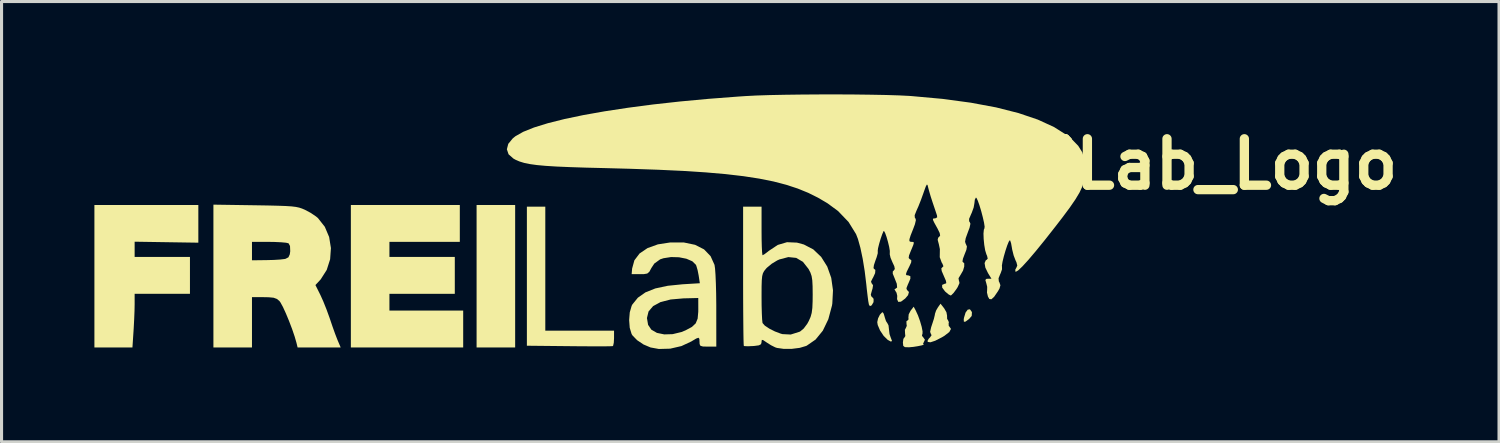
<source format=kicad_pcb>
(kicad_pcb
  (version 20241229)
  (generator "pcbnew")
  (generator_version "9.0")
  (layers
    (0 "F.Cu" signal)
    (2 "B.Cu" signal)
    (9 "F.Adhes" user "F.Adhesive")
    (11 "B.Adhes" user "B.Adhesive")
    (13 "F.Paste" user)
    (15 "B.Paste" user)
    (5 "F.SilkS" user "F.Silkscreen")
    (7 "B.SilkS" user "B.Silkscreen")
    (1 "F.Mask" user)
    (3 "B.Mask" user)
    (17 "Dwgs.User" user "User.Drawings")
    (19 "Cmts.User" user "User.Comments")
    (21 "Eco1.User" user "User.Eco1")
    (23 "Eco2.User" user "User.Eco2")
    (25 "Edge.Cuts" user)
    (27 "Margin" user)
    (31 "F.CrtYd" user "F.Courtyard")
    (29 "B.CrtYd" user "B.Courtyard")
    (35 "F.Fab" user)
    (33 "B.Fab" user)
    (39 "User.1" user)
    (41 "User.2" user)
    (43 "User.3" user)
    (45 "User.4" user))
  (footprint "FeiLab_Logo"
    (layer "F.Cu")
    (at 12.261 6.255)
    (property "Reference" "FeiLab_Logo" (at 23 -4 0) (layer "F.SilkS") (effects (font (size 1.5 1.5) (thickness 0.3))))
    (attr board_only exclude_from_pos_files exclude_from_bom)
    (fp_poly (pts (xy 1.333 -0.381) (xy 1.333 1.921) (xy 0.71 1.921) (xy 0.087 1.921) (xy 0.087 -0.381) (xy 0.087 -2.682) (xy 0.71 -2.682) (xy 1.333 -2.682)) (stroke (width 0) (type solid)) (fill yes) (layer "F.SilkS"))
    (fp_poly (pts (xy 16.085 0.769) (xy 16.091 0.785) (xy 16.084 0.902) (xy 16 1) (xy 15.884 1.086) (xy 15.831 1.091) (xy 15.826 1.012) (xy 15.835 0.96) (xy 15.885 0.794) (xy 15.954 0.7) (xy 16.026 0.688)) (stroke (width 0) (type solid)) (fill yes) (layer "F.SilkS"))
    (fp_poly (pts (xy 2.307 -0.624) (xy 2.307 1.379) (xy 3.418 1.379) (xy 4.528 1.379) (xy 4.528 1.62) (xy 4.52 1.769) (xy 4.499 1.863) (xy 4.487 1.877) (xy 4.424 1.881) (xy 4.268 1.884) (xy 4.033 1.885) (xy 3.735 1.884) (xy 3.389 1.882) (xy 3.079 1.879) (xy 1.712 1.865) (xy 1.712 -0.382) (xy 1.712 -2.628) (xy 2.01 -2.628) (xy 2.307 -2.628)) (stroke (width 0) (type solid)) (fill yes) (layer "F.SilkS"))
    (fp_poly (pts (xy 13.24 0.83) (xy 13.274 0.942) (xy 13.274 0.946) (xy 13.315 1.07) (xy 13.36 1.138) (xy 13.396 1.209) (xy 13.41 1.332) (xy 13.429 1.49) (xy 13.468 1.604) (xy 13.508 1.709) (xy 13.476 1.733) (xy 13.372 1.677) (xy 13.37 1.676) (xy 13.239 1.547) (xy 13.123 1.373) (xy 13.047 1.196) (xy 13.032 1.102) (xy 13.059 0.98) (xy 13.118 0.861) (xy 13.187 0.789) (xy 13.208 0.784)) (stroke (width 0) (type solid)) (fill yes) (layer "F.SilkS"))
    (fp_poly (pts (xy -8.903 -2.073) (xy -8.903 -1.464) (xy -9.932 -1.48) (xy -10.961 -1.496) (xy -10.961 -1.25) (xy -10.961 -1.004) (xy -10.068 -1.004) (xy -9.174 -1.004) (xy -9.174 -0.408) (xy -9.174 0.188) (xy -10.068 0.188) (xy -10.961 0.188) (xy -10.961 0.526) (xy -10.965 0.738) (xy -10.976 1.011) (xy -10.991 1.295) (xy -10.997 1.393) (xy -11.032 1.921) (xy -11.646 1.921) (xy -12.261 1.921) (xy -12.261 -0.381) (xy -12.261 -2.682) (xy -10.582 -2.682) (xy -8.903 -2.682)) (stroke (width 0) (type solid)) (fill yes) (layer "F.SilkS"))
    (fp_poly (pts (xy -0.455 -2.087) (xy -0.455 -1.491) (xy -1.592 -1.491) (xy -2.729 -1.491) (xy -2.729 -1.247) (xy -2.729 -1.004) (xy -1.673 -1.004) (xy -0.617 -1.004) (xy -0.617 -0.408) (xy -0.617 0.188) (xy -1.673 0.188) (xy -2.729 0.188) (xy -2.729 0.459) (xy -2.729 0.729) (xy -1.538 0.729) (xy -0.346 0.729) (xy -0.346 1.325) (xy -0.346 1.921) (xy -2.161 1.921) (xy -3.975 1.921) (xy -3.975 -0.381) (xy -3.975 -2.682) (xy -2.215 -2.682) (xy -0.455 -2.682)) (stroke (width 0) (type solid)) (fill yes) (layer "F.SilkS"))
    (fp_poly (pts (xy 15.194 0.657) (xy 15.267 0.784) (xy 15.288 0.895) (xy 15.287 0.903) (xy 15.29 1) (xy 15.314 1.033) (xy 15.346 1.104) (xy 15.338 1.139) (xy 15.342 1.224) (xy 15.362 1.245) (xy 15.414 1.322) (xy 15.36 1.422) (xy 15.203 1.544) (xy 15.123 1.592) (xy 14.906 1.703) (xy 14.751 1.754) (xy 14.667 1.743) (xy 14.655 1.711) (xy 14.693 1.641) (xy 14.739 1.594) (xy 14.788 1.522) (xy 14.767 1.49) (xy 14.74 1.416) (xy 14.773 1.268) (xy 14.822 1.12) (xy 14.858 1.008) (xy 14.861 1) (xy 14.892 0.87) (xy 14.897 0.834) (xy 14.934 0.726) (xy 14.991 0.628) (xy 15.076 0.507)) (stroke (width 0) (type solid)) (fill yes) (layer "F.SilkS"))
    (fp_poly (pts (xy 14.274 0.725) (xy 14.349 0.888) (xy 14.416 1.075) (xy 14.468 1.256) (xy 14.496 1.402) (xy 14.493 1.485) (xy 14.487 1.491) (xy 14.477 1.546) (xy 14.518 1.594) (xy 14.572 1.671) (xy 14.541 1.739) (xy 14.511 1.803) (xy 14.527 1.819) (xy 14.533 1.833) (xy 14.462 1.855) (xy 14.341 1.88) (xy 14.201 1.902) (xy 14.071 1.914) (xy 14.055 1.915) (xy 13.926 1.911) (xy 13.872 1.87) (xy 13.861 1.767) (xy 13.861 1.758) (xy 13.876 1.644) (xy 13.912 1.596) (xy 13.912 1.596) (xy 13.939 1.552) (xy 13.93 1.464) (xy 13.925 1.351) (xy 13.953 1.297) (xy 13.986 1.224) (xy 13.977 1.158) (xy 13.975 1.073) (xy 14.006 1.054) (xy 14.044 1.013) (xy 14.038 0.96) (xy 14.048 0.851) (xy 14.109 0.734) (xy 14.209 0.604)) (stroke (width 0) (type solid)) (fill yes) (layer "F.SilkS"))
    (fp_poly (pts (xy -7.075 -2.673) (xy -6.656 -2.666) (xy -6.329 -2.658) (xy -6.08 -2.649) (xy -5.893 -2.637) (xy -5.753 -2.62) (xy -5.645 -2.597) (xy -5.554 -2.567) (xy -5.464 -2.529) (xy -5.276 -2.429) (xy -5.103 -2.313) (xy -5.039 -2.26) (xy -4.817 -1.978) (xy -4.677 -1.648) (xy -4.619 -1.29) (xy -4.645 -0.928) (xy -4.755 -0.584) (xy -4.949 -0.28) (xy -4.987 -0.238) (xy -5.12 -0.096) (xy -4.961 0.222) (xy -4.867 0.43) (xy -4.762 0.692) (xy -4.666 0.956) (xy -4.651 1) (xy -4.569 1.242) (xy -4.486 1.474) (xy -4.416 1.656) (xy -4.402 1.691) (xy -4.304 1.921) (xy -5 1.921) (xy -5.696 1.921) (xy -5.732 1.772) (xy -5.791 1.568) (xy -5.874 1.324) (xy -5.972 1.067) (xy -6.074 0.821) (xy -6.17 0.612) (xy -6.25 0.466) (xy -6.285 0.418) (xy -6.368 0.352) (xy -6.472 0.314) (xy -6.629 0.299) (xy -6.789 0.296) (xy -7.17 0.296) (xy -7.17 1.109) (xy -7.17 1.921) (xy -7.793 1.921) (xy -8.416 1.921) (xy -8.416 -0.386) (xy -8.416 -1.193) (xy -7.17 -1.193) (xy -7.17 -0.895) (xy -6.696 -0.901) (xy -6.463 -0.907) (xy -6.258 -0.92) (xy -6.114 -0.937) (xy -6.087 -0.943) (xy -5.993 -0.991) (xy -5.948 -1.088) (xy -5.934 -1.19) (xy -5.941 -1.356) (xy -5.988 -1.444) (xy -6.07 -1.463) (xy -6.234 -1.478) (xy -6.452 -1.488) (xy -6.615 -1.49) (xy -7.17 -1.491) (xy -7.17 -1.193) (xy -8.416 -1.193) (xy -8.416 -2.693)) (stroke (width 0) (type solid)) (fill yes) (layer "F.SilkS"))
    (fp_poly (pts (xy 6.783 -1.471) (xy 7.147 -1.395) (xy 7.436 -1.248) (xy 7.647 -1.029) (xy 7.774 -0.748) (xy 7.791 -0.632) (xy 7.806 -0.426) (xy 7.818 -0.148) (xy 7.827 0.185) (xy 7.831 0.553) (xy 7.831 0.675) (xy 7.832 1.894) (xy 7.561 1.894) (xy 7.4 1.89) (xy 7.32 1.868) (xy 7.293 1.812) (xy 7.29 1.745) (xy 7.285 1.644) (xy 7.257 1.607) (xy 7.184 1.632) (xy 7.043 1.716) (xy 7.027 1.726) (xy 6.706 1.876) (xy 6.342 1.96) (xy 5.977 1.97) (xy 5.707 1.921) (xy 5.479 1.824) (xy 5.272 1.685) (xy 5.123 1.531) (xy 5.095 1.485) (xy 5.035 1.287) (xy 5.016 1.039) (xy 5.021 0.97) (xy 5.591 0.97) (xy 5.628 1.19) (xy 5.733 1.346) (xy 5.913 1.45) (xy 6.15 1.499) (xy 6.421 1.491) (xy 6.707 1.422) (xy 6.838 1.368) (xy 7.042 1.259) (xy 7.166 1.143) (xy 7.229 0.99) (xy 7.249 0.769) (xy 7.25 0.69) (xy 7.249 0.323) (xy 6.769 0.335) (xy 6.357 0.371) (xy 6.03 0.455) (xy 5.79 0.585) (xy 5.643 0.758) (xy 5.591 0.97) (xy 5.021 0.97) (xy 5.036 0.787) (xy 5.096 0.578) (xy 5.119 0.533) (xy 5.298 0.313) (xy 5.543 0.141) (xy 5.862 0.014) (xy 6.265 -0.072) (xy 6.74 -0.12) (xy 7.3 -0.154) (xy 7.262 -0.403) (xy 7.228 -0.576) (xy 7.187 -0.717) (xy 7.172 -0.751) (xy 7.056 -0.864) (xy 6.865 -0.946) (xy 6.626 -0.993) (xy 6.37 -1) (xy 6.126 -0.962) (xy 6.018 -0.926) (xy 5.829 -0.79) (xy 5.735 -0.647) (xy 5.67 -0.527) (xy 5.601 -0.467) (xy 5.489 -0.448) (xy 5.367 -0.447) (xy 5.097 -0.449) (xy 5.112 -0.628) (xy 5.185 -0.894) (xy 5.353 -1.116) (xy 5.609 -1.289) (xy 5.945 -1.41) (xy 6.347 -1.472)) (stroke (width 0) (type solid)) (fill yes) (layer "F.SilkS"))
    (fp_poly (pts (xy 9.294 -1.843) (xy 9.296 -1.565) (xy 9.302 -1.331) (xy 9.311 -1.158) (xy 9.322 -1.067) (xy 9.327 -1.058) (xy 9.385 -1.09) (xy 9.491 -1.169) (xy 9.53 -1.201) (xy 9.818 -1.392) (xy 10.116 -1.48) (xy 10.438 -1.466) (xy 10.66 -1.406) (xy 10.966 -1.247) (xy 11.22 -1.005) (xy 11.416 -0.693) (xy 11.545 -0.329) (xy 11.602 0.074) (xy 11.58 0.501) (xy 11.569 0.568) (xy 11.451 1.01) (xy 11.273 1.379) (xy 11.039 1.666) (xy 10.754 1.863) (xy 10.729 1.874) (xy 10.526 1.934) (xy 10.272 1.966) (xy 10.012 1.967) (xy 9.793 1.936) (xy 9.735 1.917) (xy 9.6 1.849) (xy 9.453 1.756) (xy 9.451 1.754) (xy 9.346 1.684) (xy 9.303 1.676) (xy 9.294 1.729) (xy 9.294 1.75) (xy 9.277 1.815) (xy 9.209 1.852) (xy 9.064 1.872) (xy 9.019 1.875) (xy 8.857 1.882) (xy 8.747 1.878) (xy 8.721 1.871) (xy 8.716 1.814) (xy 8.711 1.66) (xy 8.707 1.42) (xy 8.704 1.107) (xy 8.701 0.731) (xy 8.699 0.303) (xy 8.699 0.296) (xy 9.294 0.296) (xy 9.296 0.576) (xy 9.303 0.822) (xy 9.312 1.011) (xy 9.324 1.121) (xy 9.328 1.134) (xy 9.4 1.216) (xy 9.544 1.312) (xy 9.726 1.404) (xy 9.915 1.475) (xy 9.971 1.49) (xy 10.237 1.503) (xy 10.518 1.415) (xy 10.547 1.4) (xy 10.656 1.309) (xy 10.769 1.158) (xy 10.818 1.069) (xy 10.877 0.937) (xy 10.914 0.805) (xy 10.935 0.644) (xy 10.944 0.425) (xy 10.946 0.215) (xy 10.943 -0.057) (xy 10.933 -0.248) (xy 10.911 -0.386) (xy 10.872 -0.5) (xy 10.811 -0.616) (xy 10.811 -0.616) (xy 10.631 -0.845) (xy 10.413 -0.973) (xy 10.159 -0.999) (xy 9.871 -0.923) (xy 9.8 -0.891) (xy 9.623 -0.784) (xy 9.467 -0.655) (xy 9.431 -0.616) (xy 9.376 -0.546) (xy 9.338 -0.475) (xy 9.314 -0.382) (xy 9.301 -0.247) (xy 9.295 -0.048) (xy 9.294 0.235) (xy 9.294 0.296) (xy 8.699 0.296) (xy 8.698 -0.164) (xy 8.698 -0.39) (xy 8.698 -2.628) (xy 8.996 -2.628) (xy 9.294 -2.628)) (stroke (width 0) (type solid)) (fill yes) (layer "F.SilkS"))
    (fp_poly (pts (xy 12.286 -6.252) (xy 12.822 -6.245) (xy 13.311 -6.236) (xy 13.733 -6.223) (xy 14.071 -6.206) (xy 14.141 -6.201) (xy 15.144 -6.11) (xy 16.056 -5.987) (xy 16.873 -5.835) (xy 17.595 -5.652) (xy 18.219 -5.441) (xy 18.743 -5.201) (xy 19.165 -4.934) (xy 19.313 -4.812) (xy 19.526 -4.593) (xy 19.659 -4.379) (xy 19.727 -4.133) (xy 19.746 -3.822) (xy 19.739 -3.63) (xy 19.711 -3.452) (xy 19.656 -3.275) (xy 19.566 -3.082) (xy 19.433 -2.861) (xy 19.251 -2.596) (xy 19.011 -2.274) (xy 18.795 -1.994) (xy 18.453 -1.559) (xy 18.159 -1.197) (xy 17.914 -0.908) (xy 17.722 -0.698) (xy 17.586 -0.569) (xy 17.509 -0.524) (xy 17.497 -0.528) (xy 17.492 -0.596) (xy 17.522 -0.646) (xy 17.556 -0.726) (xy 17.528 -0.835) (xy 17.501 -0.89) (xy 17.439 -1.052) (xy 17.39 -1.249) (xy 17.382 -1.3) (xy 17.356 -1.446) (xy 17.327 -1.533) (xy 17.315 -1.544) (xy 17.28 -1.496) (xy 17.23 -1.372) (xy 17.174 -1.203) (xy 17.121 -1.019) (xy 17.08 -0.85) (xy 17.059 -0.727) (xy 17.062 -0.684) (xy 17.063 -0.603) (xy 17.018 -0.476) (xy 17.007 -0.453) (xy 16.951 -0.315) (xy 16.96 -0.216) (xy 16.98 -0.178) (xy 17.011 -0.089) (xy 16.982 0.016) (xy 16.932 0.104) (xy 16.81 0.282) (xy 16.721 0.364) (xy 16.654 0.356) (xy 16.608 0.276) (xy 16.577 0.146) (xy 16.582 0.062) (xy 16.584 -0.039) (xy 16.555 -0.155) (xy 16.525 -0.258) (xy 16.556 -0.295) (xy 16.611 -0.299) (xy 16.722 -0.299) (xy 16.61 -0.482) (xy 16.524 -0.66) (xy 16.5 -0.805) (xy 16.539 -0.896) (xy 16.564 -0.909) (xy 16.601 -0.947) (xy 16.581 -1.037) (xy 16.558 -1.089) (xy 16.519 -1.216) (xy 16.489 -1.393) (xy 16.47 -1.585) (xy 16.464 -1.76) (xy 16.476 -1.885) (xy 16.494 -1.924) (xy 16.501 -1.984) (xy 16.481 -2.115) (xy 16.441 -2.291) (xy 16.39 -2.486) (xy 16.334 -2.672) (xy 16.28 -2.822) (xy 16.238 -2.91) (xy 16.219 -2.922) (xy 16.184 -2.852) (xy 16.172 -2.745) (xy 16.147 -2.602) (xy 16.085 -2.43) (xy 16.064 -2.385) (xy 16 -2.235) (xy 16.001 -2.152) (xy 16.018 -2.135) (xy 16.042 -2.076) (xy 16.015 -1.95) (xy 15.957 -1.794) (xy 15.89 -1.61) (xy 15.869 -1.495) (xy 15.892 -1.422) (xy 15.899 -1.413) (xy 15.929 -1.34) (xy 15.911 -1.232) (xy 15.854 -1.088) (xy 15.801 -0.948) (xy 15.785 -0.858) (xy 15.796 -0.841) (xy 15.842 -0.799) (xy 15.842 -0.695) (xy 15.804 -0.563) (xy 15.732 -0.438) (xy 15.658 -0.316) (xy 15.67 -0.238) (xy 15.674 -0.234) (xy 15.689 -0.16) (xy 15.631 -0.03) (xy 15.592 0.032) (xy 15.5 0.157) (xy 15.425 0.232) (xy 15.404 0.242) (xy 15.336 0.207) (xy 15.234 0.121) (xy 15.219 0.106) (xy 15.13 -0.014) (xy 15.128 -0.1) (xy 15.212 -0.137) (xy 15.227 -0.137) (xy 15.263 -0.158) (xy 15.251 -0.232) (xy 15.187 -0.38) (xy 15.183 -0.389) (xy 15.115 -0.547) (xy 15.102 -0.633) (xy 15.132 -0.665) (xy 15.17 -0.703) (xy 15.138 -0.785) (xy 15.113 -0.825) (xy 15.051 -0.995) (xy 15.053 -1.104) (xy 15.055 -1.257) (xy 15.02 -1.424) (xy 15.019 -1.426) (xy 14.984 -1.557) (xy 15.001 -1.627) (xy 15.03 -1.651) (xy 15.064 -1.696) (xy 15.048 -1.779) (xy 14.978 -1.923) (xy 14.961 -1.953) (xy 14.872 -2.114) (xy 14.831 -2.203) (xy 14.834 -2.241) (xy 14.877 -2.249) (xy 14.905 -2.249) (xy 14.968 -2.282) (xy 14.962 -2.344) (xy 14.929 -2.444) (xy 14.874 -2.608) (xy 14.821 -2.764) (xy 14.756 -2.965) (xy 14.702 -3.151) (xy 14.676 -3.251) (xy 14.656 -3.329) (xy 14.634 -3.342) (xy 14.6 -3.279) (xy 14.545 -3.128) (xy 14.522 -3.062) (xy 14.443 -2.843) (xy 14.36 -2.634) (xy 14.301 -2.503) (xy 14.241 -2.352) (xy 14.246 -2.271) (xy 14.26 -2.259) (xy 14.281 -2.197) (xy 14.249 -2.059) (xy 14.19 -1.901) (xy 14.11 -1.699) (xy 14.072 -1.577) (xy 14.071 -1.515) (xy 14.107 -1.493) (xy 14.141 -1.491) (xy 14.196 -1.488) (xy 14.215 -1.462) (xy 14.196 -1.389) (xy 14.137 -1.246) (xy 14.118 -1.202) (xy 14.059 -1.052) (xy 14.047 -0.972) (xy 14.079 -0.933) (xy 14.092 -0.928) (xy 14.134 -0.894) (xy 14.127 -0.824) (xy 14.066 -0.691) (xy 14.061 -0.682) (xy 13.985 -0.527) (xy 13.958 -0.445) (xy 13.978 -0.413) (xy 14.033 -0.408) (xy 14.1 -0.383) (xy 14.102 -0.301) (xy 14.038 -0.149) (xy 14.025 -0.123) (xy 13.974 0.007) (xy 13.993 0.066) (xy 13.998 0.068) (xy 14.056 0.129) (xy 14.027 0.232) (xy 13.934 0.341) (xy 13.798 0.442) (xy 13.71 0.448) (xy 13.672 0.36) (xy 13.678 0.252) (xy 13.654 0.151) (xy 13.623 0.103) (xy 13.588 0.039) (xy 13.62 0.025) (xy 13.674 -0.016) (xy 13.663 -0.137) (xy 13.588 -0.328) (xy 13.533 -0.462) (xy 13.534 -0.535) (xy 13.566 -0.566) (xy 13.6 -0.615) (xy 13.582 -0.705) (xy 13.523 -0.831) (xy 13.461 -0.978) (xy 13.435 -1.093) (xy 13.437 -1.122) (xy 13.438 -1.2) (xy 13.416 -1.334) (xy 13.377 -1.494) (xy 13.332 -1.651) (xy 13.287 -1.776) (xy 13.251 -1.841) (xy 13.237 -1.84) (xy 13.192 -1.737) (xy 13.14 -1.587) (xy 13.092 -1.423) (xy 13.057 -1.281) (xy 13.046 -1.194) (xy 13.049 -1.184) (xy 13.048 -1.121) (xy 13.012 -0.992) (xy 12.974 -0.889) (xy 12.925 -0.742) (xy 12.911 -0.646) (xy 12.923 -0.624) (xy 12.971 -0.584) (xy 12.963 -0.481) (xy 12.901 -0.344) (xy 12.886 -0.32) (xy 12.831 -0.209) (xy 12.851 -0.148) (xy 12.86 -0.142) (xy 12.896 -0.088) (xy 12.879 0.02) (xy 12.86 0.08) (xy 12.824 0.212) (xy 12.84 0.274) (xy 12.859 0.284) (xy 12.914 0.349) (xy 12.912 0.456) (xy 12.854 0.556) (xy 12.846 0.563) (xy 12.794 0.586) (xy 12.762 0.533) (xy 12.741 0.42) (xy 12.719 0.248) (xy 12.693 0.029) (xy 12.679 -0.11) (xy 12.627 -0.54) (xy 12.562 -0.943) (xy 12.487 -1.299) (xy 12.408 -1.584) (xy 12.347 -1.741) (xy 12.104 -2.134) (xy 11.765 -2.487) (xy 11.422 -2.739) (xy 11.121 -2.916) (xy 10.804 -3.074) (xy 10.463 -3.213) (xy 10.091 -3.335) (xy 9.68 -3.442) (xy 9.221 -3.534) (xy 8.708 -3.613) (xy 8.132 -3.68) (xy 7.485 -3.736) (xy 6.76 -3.783) (xy 5.949 -3.821) (xy 5.044 -3.852) (xy 4.23 -3.874) (xy 3.617 -3.889) (xy 3.102 -3.906) (xy 2.674 -3.924) (xy 2.322 -3.946) (xy 2.037 -3.972) (xy 1.807 -4.004) (xy 1.623 -4.042) (xy 1.473 -4.088) (xy 1.346 -4.143) (xy 1.276 -4.182) (xy 1.12 -4.32) (xy 1.065 -4.482) (xy 1.111 -4.658) (xy 1.256 -4.834) (xy 1.341 -4.903) (xy 1.591 -5.045) (xy 1.942 -5.186) (xy 2.388 -5.324) (xy 2.922 -5.458) (xy 3.537 -5.587) (xy 4.226 -5.709) (xy 4.982 -5.824) (xy 5.798 -5.931) (xy 6.668 -6.027) (xy 7.585 -6.112) (xy 8.541 -6.185) (xy 8.778 -6.201) (xy 9.123 -6.219) (xy 9.55 -6.233) (xy 10.043 -6.243) (xy 10.581 -6.25) (xy 11.147 -6.254) (xy 11.722 -6.255)) (stroke (width 0) (type solid)) (fill yes) (layer "F.SilkS")))
  (gr_rect
    (start -3 -3)
    (end 45.382 11.225)
    (stroke (width 0.1) (type default))
    (fill no)
    (layer "Edge.Cuts")))
</source>
